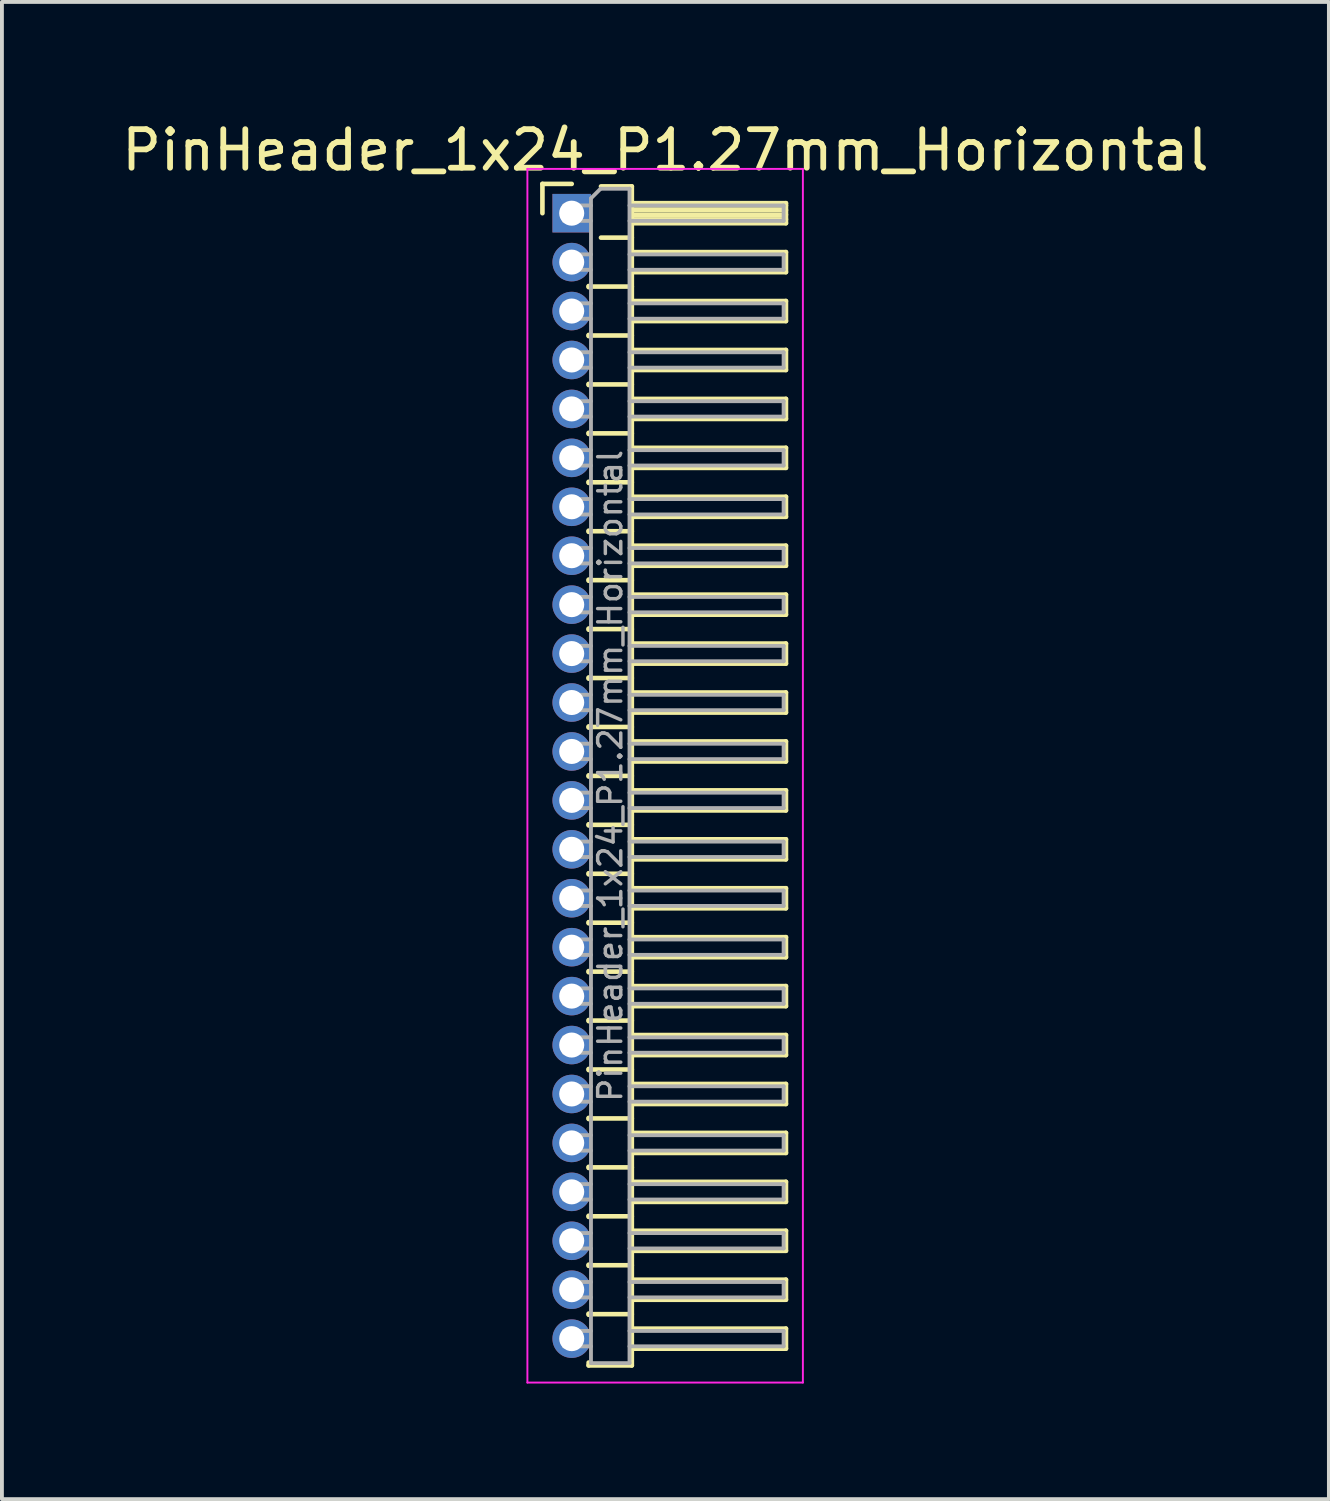
<source format=kicad_pcb>
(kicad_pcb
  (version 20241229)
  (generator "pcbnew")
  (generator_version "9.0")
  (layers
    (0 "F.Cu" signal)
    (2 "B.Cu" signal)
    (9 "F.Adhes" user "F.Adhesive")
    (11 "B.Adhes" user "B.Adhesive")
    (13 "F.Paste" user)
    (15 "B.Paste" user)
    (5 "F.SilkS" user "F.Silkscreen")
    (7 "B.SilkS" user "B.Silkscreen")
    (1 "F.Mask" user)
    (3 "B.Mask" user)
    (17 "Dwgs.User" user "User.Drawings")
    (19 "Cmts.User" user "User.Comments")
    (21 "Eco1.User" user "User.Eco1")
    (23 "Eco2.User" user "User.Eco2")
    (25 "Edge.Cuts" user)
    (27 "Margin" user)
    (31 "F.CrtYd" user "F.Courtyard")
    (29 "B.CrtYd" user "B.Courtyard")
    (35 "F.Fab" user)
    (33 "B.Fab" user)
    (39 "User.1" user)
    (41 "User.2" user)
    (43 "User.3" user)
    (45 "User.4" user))
  (footprint "PinHeader_1x24_P1.27mm_Horizontal"
    (layer "F.Cu")
    (at 11.788 2.483)
    (property "Reference" "PinHeader_1x24_P1.27mm_Horizontal" (at 2.433 -1.635 0) (layer "F.SilkS") (effects (font (size 1 1) (thickness 0.15))))
    (attr through_hole)
    (fp_line (start -0.76 -0.76) (end 0 -0.76) (stroke (width 0.12) (type solid)) (layer "F.SilkS"))
    (fp_line (start -0.76 0) (end -0.76 -0.76) (stroke (width 0.12) (type solid)) (layer "F.SilkS"))
    (fp_line (start 0.44 1.89) (end 0.44 1.92) (stroke (width 0.12) (type solid)) (layer "F.SilkS"))
    (fp_line (start 0.44 1.905) (end 1.56 1.905) (stroke (width 0.12) (type solid)) (layer "F.SilkS"))
    (fp_line (start 0.44 3.16) (end 0.44 3.19) (stroke (width 0.12) (type solid)) (layer "F.SilkS"))
    (fp_line (start 0.44 3.175) (end 1.56 3.175) (stroke (width 0.12) (type solid)) (layer "F.SilkS"))
    (fp_line (start 0.44 4.43) (end 0.44 4.46) (stroke (width 0.12) (type solid)) (layer "F.SilkS"))
    (fp_line (start 0.44 4.445) (end 1.56 4.445) (stroke (width 0.12) (type solid)) (layer "F.SilkS"))
    (fp_line (start 0.44 5.7) (end 0.44 5.73) (stroke (width 0.12) (type solid)) (layer "F.SilkS"))
    (fp_line (start 0.44 5.715) (end 1.56 5.715) (stroke (width 0.12) (type solid)) (layer "F.SilkS"))
    (fp_line (start 0.44 6.97) (end 0.44 7) (stroke (width 0.12) (type solid)) (layer "F.SilkS"))
    (fp_line (start 0.44 6.985) (end 1.56 6.985) (stroke (width 0.12) (type solid)) (layer "F.SilkS"))
    (fp_line (start 0.44 8.24) (end 0.44 8.27) (stroke (width 0.12) (type solid)) (layer "F.SilkS"))
    (fp_line (start 0.44 8.255) (end 1.56 8.255) (stroke (width 0.12) (type solid)) (layer "F.SilkS"))
    (fp_line (start 0.44 9.51) (end 0.44 9.54) (stroke (width 0.12) (type solid)) (layer "F.SilkS"))
    (fp_line (start 0.44 9.525) (end 1.56 9.525) (stroke (width 0.12) (type solid)) (layer "F.SilkS"))
    (fp_line (start 0.44 10.78) (end 0.44 10.81) (stroke (width 0.12) (type solid)) (layer "F.SilkS"))
    (fp_line (start 0.44 10.795) (end 1.56 10.795) (stroke (width 0.12) (type solid)) (layer "F.SilkS"))
    (fp_line (start 0.44 12.05) (end 0.44 12.08) (stroke (width 0.12) (type solid)) (layer "F.SilkS"))
    (fp_line (start 0.44 12.065) (end 1.56 12.065) (stroke (width 0.12) (type solid)) (layer "F.SilkS"))
    (fp_line (start 0.44 13.32) (end 0.44 13.35) (stroke (width 0.12) (type solid)) (layer "F.SilkS"))
    (fp_line (start 0.44 13.335) (end 1.56 13.335) (stroke (width 0.12) (type solid)) (layer "F.SilkS"))
    (fp_line (start 0.44 14.59) (end 0.44 14.62) (stroke (width 0.12) (type solid)) (layer "F.SilkS"))
    (fp_line (start 0.44 14.605) (end 1.56 14.605) (stroke (width 0.12) (type solid)) (layer "F.SilkS"))
    (fp_line (start 0.44 15.86) (end 0.44 15.89) (stroke (width 0.12) (type solid)) (layer "F.SilkS"))
    (fp_line (start 0.44 15.875) (end 1.56 15.875) (stroke (width 0.12) (type solid)) (layer "F.SilkS"))
    (fp_line (start 0.44 17.13) (end 0.44 17.16) (stroke (width 0.12) (type solid)) (layer "F.SilkS"))
    (fp_line (start 0.44 17.145) (end 1.56 17.145) (stroke (width 0.12) (type solid)) (layer "F.SilkS"))
    (fp_line (start 0.44 18.4) (end 0.44 18.43) (stroke (width 0.12) (type solid)) (layer "F.SilkS"))
    (fp_line (start 0.44 18.415) (end 1.56 18.415) (stroke (width 0.12) (type solid)) (layer "F.SilkS"))
    (fp_line (start 0.44 19.67) (end 0.44 19.7) (stroke (width 0.12) (type solid)) (layer "F.SilkS"))
    (fp_line (start 0.44 19.685) (end 1.56 19.685) (stroke (width 0.12) (type solid)) (layer "F.SilkS"))
    (fp_line (start 0.44 20.94) (end 0.44 20.97) (stroke (width 0.12) (type solid)) (layer "F.SilkS"))
    (fp_line (start 0.44 20.955) (end 1.56 20.955) (stroke (width 0.12) (type solid)) (layer "F.SilkS"))
    (fp_line (start 0.44 22.21) (end 0.44 22.24) (stroke (width 0.12) (type solid)) (layer "F.SilkS"))
    (fp_line (start 0.44 22.225) (end 1.56 22.225) (stroke (width 0.12) (type solid)) (layer "F.SilkS"))
    (fp_line (start 0.44 23.48) (end 0.44 23.51) (stroke (width 0.12) (type solid)) (layer "F.SilkS"))
    (fp_line (start 0.44 23.495) (end 1.56 23.495) (stroke (width 0.12) (type solid)) (layer "F.SilkS"))
    (fp_line (start 0.44 24.75) (end 0.44 24.78) (stroke (width 0.12) (type solid)) (layer "F.SilkS"))
    (fp_line (start 0.44 24.765) (end 1.56 24.765) (stroke (width 0.12) (type solid)) (layer "F.SilkS"))
    (fp_line (start 0.44 26.02) (end 0.44 26.05) (stroke (width 0.12) (type solid)) (layer "F.SilkS"))
    (fp_line (start 0.44 26.035) (end 1.56 26.035) (stroke (width 0.12) (type solid)) (layer "F.SilkS"))
    (fp_line (start 0.44 27.29) (end 0.44 27.32) (stroke (width 0.12) (type solid)) (layer "F.SilkS"))
    (fp_line (start 0.44 27.305) (end 1.56 27.305) (stroke (width 0.12) (type solid)) (layer "F.SilkS"))
    (fp_line (start 0.44 28.56) (end 0.44 28.59) (stroke (width 0.12) (type solid)) (layer "F.SilkS"))
    (fp_line (start 0.44 28.575) (end 1.56 28.575) (stroke (width 0.12) (type solid)) (layer "F.SilkS"))
    (fp_line (start 0.44 29.905) (end 0.44 29.83) (stroke (width 0.12) (type solid)) (layer "F.SilkS"))
    (fp_line (start 0.76 -0.695) (end 1.56 -0.695) (stroke (width 0.12) (type solid)) (layer "F.SilkS"))
    (fp_line (start 0.76 0.635) (end 1.56 0.635) (stroke (width 0.12) (type solid)) (layer "F.SilkS"))
    (fp_line (start 1.56 -0.695) (end 1.56 29.905) (stroke (width 0.12) (type solid)) (layer "F.SilkS"))
    (fp_line (start 1.56 -0.26) (end 5.56 -0.26) (stroke (width 0.12) (type solid)) (layer "F.SilkS"))
    (fp_line (start 1.56 -0.2) (end 5.56 -0.2) (stroke (width 0.12) (type solid)) (layer "F.SilkS"))
    (fp_line (start 1.56 -0.08) (end 5.56 -0.08) (stroke (width 0.12) (type solid)) (layer "F.SilkS"))
    (fp_line (start 1.56 0.04) (end 5.56 0.04) (stroke (width 0.12) (type solid)) (layer "F.SilkS"))
    (fp_line (start 1.56 0.16) (end 5.56 0.16) (stroke (width 0.12) (type solid)) (layer "F.SilkS"))
    (fp_line (start 1.56 1.01) (end 5.56 1.01) (stroke (width 0.12) (type solid)) (layer "F.SilkS"))
    (fp_line (start 1.56 2.28) (end 5.56 2.28) (stroke (width 0.12) (type solid)) (layer "F.SilkS"))
    (fp_line (start 1.56 3.55) (end 5.56 3.55) (stroke (width 0.12) (type solid)) (layer "F.SilkS"))
    (fp_line (start 1.56 4.82) (end 5.56 4.82) (stroke (width 0.12) (type solid)) (layer "F.SilkS"))
    (fp_line (start 1.56 6.09) (end 5.56 6.09) (stroke (width 0.12) (type solid)) (layer "F.SilkS"))
    (fp_line (start 1.56 7.36) (end 5.56 7.36) (stroke (width 0.12) (type solid)) (layer "F.SilkS"))
    (fp_line (start 1.56 8.63) (end 5.56 8.63) (stroke (width 0.12) (type solid)) (layer "F.SilkS"))
    (fp_line (start 1.56 9.9) (end 5.56 9.9) (stroke (width 0.12) (type solid)) (layer "F.SilkS"))
    (fp_line (start 1.56 11.17) (end 5.56 11.17) (stroke (width 0.12) (type solid)) (layer "F.SilkS"))
    (fp_line (start 1.56 12.44) (end 5.56 12.44) (stroke (width 0.12) (type solid)) (layer "F.SilkS"))
    (fp_line (start 1.56 13.71) (end 5.56 13.71) (stroke (width 0.12) (type solid)) (layer "F.SilkS"))
    (fp_line (start 1.56 14.98) (end 5.56 14.98) (stroke (width 0.12) (type solid)) (layer "F.SilkS"))
    (fp_line (start 1.56 16.25) (end 5.56 16.25) (stroke (width 0.12) (type solid)) (layer "F.SilkS"))
    (fp_line (start 1.56 17.52) (end 5.56 17.52) (stroke (width 0.12) (type solid)) (layer "F.SilkS"))
    (fp_line (start 1.56 18.79) (end 5.56 18.79) (stroke (width 0.12) (type solid)) (layer "F.SilkS"))
    (fp_line (start 1.56 20.06) (end 5.56 20.06) (stroke (width 0.12) (type solid)) (layer "F.SilkS"))
    (fp_line (start 1.56 21.33) (end 5.56 21.33) (stroke (width 0.12) (type solid)) (layer "F.SilkS"))
    (fp_line (start 1.56 22.6) (end 5.56 22.6) (stroke (width 0.12) (type solid)) (layer "F.SilkS"))
    (fp_line (start 1.56 23.87) (end 5.56 23.87) (stroke (width 0.12) (type solid)) (layer "F.SilkS"))
    (fp_line (start 1.56 25.14) (end 5.56 25.14) (stroke (width 0.12) (type solid)) (layer "F.SilkS"))
    (fp_line (start 1.56 26.41) (end 5.56 26.41) (stroke (width 0.12) (type solid)) (layer "F.SilkS"))
    (fp_line (start 1.56 27.68) (end 5.56 27.68) (stroke (width 0.12) (type solid)) (layer "F.SilkS"))
    (fp_line (start 1.56 28.95) (end 5.56 28.95) (stroke (width 0.12) (type solid)) (layer "F.SilkS"))
    (fp_line (start 1.56 29.905) (end 0.44 29.905) (stroke (width 0.12) (type solid)) (layer "F.SilkS"))
    (fp_line (start 5.56 -0.26) (end 5.56 0.26) (stroke (width 0.12) (type solid)) (layer "F.SilkS"))
    (fp_line (start 5.56 0.26) (end 1.56 0.26) (stroke (width 0.12) (type solid)) (layer "F.SilkS"))
    (fp_line (start 5.56 1.01) (end 5.56 1.53) (stroke (width 0.12) (type solid)) (layer "F.SilkS"))
    (fp_line (start 5.56 1.53) (end 1.56 1.53) (stroke (width 0.12) (type solid)) (layer "F.SilkS"))
    (fp_line (start 5.56 2.28) (end 5.56 2.8) (stroke (width 0.12) (type solid)) (layer "F.SilkS"))
    (fp_line (start 5.56 2.8) (end 1.56 2.8) (stroke (width 0.12) (type solid)) (layer "F.SilkS"))
    (fp_line (start 5.56 3.55) (end 5.56 4.07) (stroke (width 0.12) (type solid)) (layer "F.SilkS"))
    (fp_line (start 5.56 4.07) (end 1.56 4.07) (stroke (width 0.12) (type solid)) (layer "F.SilkS"))
    (fp_line (start 5.56 4.82) (end 5.56 5.34) (stroke (width 0.12) (type solid)) (layer "F.SilkS"))
    (fp_line (start 5.56 5.34) (end 1.56 5.34) (stroke (width 0.12) (type solid)) (layer "F.SilkS"))
    (fp_line (start 5.56 6.09) (end 5.56 6.61) (stroke (width 0.12) (type solid)) (layer "F.SilkS"))
    (fp_line (start 5.56 6.61) (end 1.56 6.61) (stroke (width 0.12) (type solid)) (layer "F.SilkS"))
    (fp_line (start 5.56 7.36) (end 5.56 7.88) (stroke (width 0.12) (type solid)) (layer "F.SilkS"))
    (fp_line (start 5.56 7.88) (end 1.56 7.88) (stroke (width 0.12) (type solid)) (layer "F.SilkS"))
    (fp_line (start 5.56 8.63) (end 5.56 9.15) (stroke (width 0.12) (type solid)) (layer "F.SilkS"))
    (fp_line (start 5.56 9.15) (end 1.56 9.15) (stroke (width 0.12) (type solid)) (layer "F.SilkS"))
    (fp_line (start 5.56 9.9) (end 5.56 10.42) (stroke (width 0.12) (type solid)) (layer "F.SilkS"))
    (fp_line (start 5.56 10.42) (end 1.56 10.42) (stroke (width 0.12) (type solid)) (layer "F.SilkS"))
    (fp_line (start 5.56 11.17) (end 5.56 11.69) (stroke (width 0.12) (type solid)) (layer "F.SilkS"))
    (fp_line (start 5.56 11.69) (end 1.56 11.69) (stroke (width 0.12) (type solid)) (layer "F.SilkS"))
    (fp_line (start 5.56 12.44) (end 5.56 12.96) (stroke (width 0.12) (type solid)) (layer "F.SilkS"))
    (fp_line (start 5.56 12.96) (end 1.56 12.96) (stroke (width 0.12) (type solid)) (layer "F.SilkS"))
    (fp_line (start 5.56 13.71) (end 5.56 14.23) (stroke (width 0.12) (type solid)) (layer "F.SilkS"))
    (fp_line (start 5.56 14.23) (end 1.56 14.23) (stroke (width 0.12) (type solid)) (layer "F.SilkS"))
    (fp_line (start 5.56 14.98) (end 5.56 15.5) (stroke (width 0.12) (type solid)) (layer "F.SilkS"))
    (fp_line (start 5.56 15.5) (end 1.56 15.5) (stroke (width 0.12) (type solid)) (layer "F.SilkS"))
    (fp_line (start 5.56 16.25) (end 5.56 16.77) (stroke (width 0.12) (type solid)) (layer "F.SilkS"))
    (fp_line (start 5.56 16.77) (end 1.56 16.77) (stroke (width 0.12) (type solid)) (layer "F.SilkS"))
    (fp_line (start 5.56 17.52) (end 5.56 18.04) (stroke (width 0.12) (type solid)) (layer "F.SilkS"))
    (fp_line (start 5.56 18.04) (end 1.56 18.04) (stroke (width 0.12) (type solid)) (layer "F.SilkS"))
    (fp_line (start 5.56 18.79) (end 5.56 19.31) (stroke (width 0.12) (type solid)) (layer "F.SilkS"))
    (fp_line (start 5.56 19.31) (end 1.56 19.31) (stroke (width 0.12) (type solid)) (layer "F.SilkS"))
    (fp_line (start 5.56 20.06) (end 5.56 20.58) (stroke (width 0.12) (type solid)) (layer "F.SilkS"))
    (fp_line (start 5.56 20.58) (end 1.56 20.58) (stroke (width 0.12) (type solid)) (layer "F.SilkS"))
    (fp_line (start 5.56 21.33) (end 5.56 21.85) (stroke (width 0.12) (type solid)) (layer "F.SilkS"))
    (fp_line (start 5.56 21.85) (end 1.56 21.85) (stroke (width 0.12) (type solid)) (layer "F.SilkS"))
    (fp_line (start 5.56 22.6) (end 5.56 23.12) (stroke (width 0.12) (type solid)) (layer "F.SilkS"))
    (fp_line (start 5.56 23.12) (end 1.56 23.12) (stroke (width 0.12) (type solid)) (layer "F.SilkS"))
    (fp_line (start 5.56 23.87) (end 5.56 24.39) (stroke (width 0.12) (type solid)) (layer "F.SilkS"))
    (fp_line (start 5.56 24.39) (end 1.56 24.39) (stroke (width 0.12) (type solid)) (layer "F.SilkS"))
    (fp_line (start 5.56 25.14) (end 5.56 25.66) (stroke (width 0.12) (type solid)) (layer "F.SilkS"))
    (fp_line (start 5.56 25.66) (end 1.56 25.66) (stroke (width 0.12) (type solid)) (layer "F.SilkS"))
    (fp_line (start 5.56 26.41) (end 5.56 26.93) (stroke (width 0.12) (type solid)) (layer "F.SilkS"))
    (fp_line (start 5.56 26.93) (end 1.56 26.93) (stroke (width 0.12) (type solid)) (layer "F.SilkS"))
    (fp_line (start 5.56 27.68) (end 5.56 28.2) (stroke (width 0.12) (type solid)) (layer "F.SilkS"))
    (fp_line (start 5.56 28.2) (end 1.56 28.2) (stroke (width 0.12) (type solid)) (layer "F.SilkS"))
    (fp_line (start 5.56 28.95) (end 5.56 29.47) (stroke (width 0.12) (type solid)) (layer "F.SilkS"))
    (fp_line (start 5.56 29.47) (end 1.56 29.47) (stroke (width 0.12) (type solid)) (layer "F.SilkS"))
    (fp_line (start -1.15 -1.15) (end -1.15 30.35) (stroke (width 0.05) (type solid)) (layer "F.CrtYd"))
    (fp_line (start -1.15 30.35) (end 6 30.35) (stroke (width 0.05) (type solid)) (layer "F.CrtYd"))
    (fp_line (start 6 -1.15) (end -1.15 -1.15) (stroke (width 0.05) (type solid)) (layer "F.CrtYd"))
    (fp_line (start 6 30.35) (end 6 -1.15) (stroke (width 0.05) (type solid)) (layer "F.CrtYd"))
    (fp_line (start -0.2 -0.2) (end -0.2 0.2) (stroke (width 0.1) (type solid)) (layer "F.Fab"))
    (fp_line (start -0.2 -0.2) (end 0.5 -0.2) (stroke (width 0.1) (type solid)) (layer "F.Fab"))
    (fp_line (start -0.2 0.2) (end 0.5 0.2) (stroke (width 0.1) (type solid)) (layer "F.Fab"))
    (fp_line (start -0.2 1.07) (end -0.2 1.47) (stroke (width 0.1) (type solid)) (layer "F.Fab"))
    (fp_line (start -0.2 1.07) (end 0.5 1.07) (stroke (width 0.1) (type solid)) (layer "F.Fab"))
    (fp_line (start -0.2 1.47) (end 0.5 1.47) (stroke (width 0.1) (type solid)) (layer "F.Fab"))
    (fp_line (start -0.2 2.34) (end -0.2 2.74) (stroke (width 0.1) (type solid)) (layer "F.Fab"))
    (fp_line (start -0.2 2.34) (end 0.5 2.34) (stroke (width 0.1) (type solid)) (layer "F.Fab"))
    (fp_line (start -0.2 2.74) (end 0.5 2.74) (stroke (width 0.1) (type solid)) (layer "F.Fab"))
    (fp_line (start -0.2 3.61) (end -0.2 4.01) (stroke (width 0.1) (type solid)) (layer "F.Fab"))
    (fp_line (start -0.2 3.61) (end 0.5 3.61) (stroke (width 0.1) (type solid)) (layer "F.Fab"))
    (fp_line (start -0.2 4.01) (end 0.5 4.01) (stroke (width 0.1) (type solid)) (layer "F.Fab"))
    (fp_line (start -0.2 4.88) (end -0.2 5.28) (stroke (width 0.1) (type solid)) (layer "F.Fab"))
    (fp_line (start -0.2 4.88) (end 0.5 4.88) (stroke (width 0.1) (type solid)) (layer "F.Fab"))
    (fp_line (start -0.2 5.28) (end 0.5 5.28) (stroke (width 0.1) (type solid)) (layer "F.Fab"))
    (fp_line (start -0.2 6.15) (end -0.2 6.55) (stroke (width 0.1) (type solid)) (layer "F.Fab"))
    (fp_line (start -0.2 6.15) (end 0.5 6.15) (stroke (width 0.1) (type solid)) (layer "F.Fab"))
    (fp_line (start -0.2 6.55) (end 0.5 6.55) (stroke (width 0.1) (type solid)) (layer "F.Fab"))
    (fp_line (start -0.2 7.42) (end -0.2 7.82) (stroke (width 0.1) (type solid)) (layer "F.Fab"))
    (fp_line (start -0.2 7.42) (end 0.5 7.42) (stroke (width 0.1) (type solid)) (layer "F.Fab"))
    (fp_line (start -0.2 7.82) (end 0.5 7.82) (stroke (width 0.1) (type solid)) (layer "F.Fab"))
    (fp_line (start -0.2 8.69) (end -0.2 9.09) (stroke (width 0.1) (type solid)) (layer "F.Fab"))
    (fp_line (start -0.2 8.69) (end 0.5 8.69) (stroke (width 0.1) (type solid)) (layer "F.Fab"))
    (fp_line (start -0.2 9.09) (end 0.5 9.09) (stroke (width 0.1) (type solid)) (layer "F.Fab"))
    (fp_line (start -0.2 9.96) (end -0.2 10.36) (stroke (width 0.1) (type solid)) (layer "F.Fab"))
    (fp_line (start -0.2 9.96) (end 0.5 9.96) (stroke (width 0.1) (type solid)) (layer "F.Fab"))
    (fp_line (start -0.2 10.36) (end 0.5 10.36) (stroke (width 0.1) (type solid)) (layer "F.Fab"))
    (fp_line (start -0.2 11.23) (end -0.2 11.63) (stroke (width 0.1) (type solid)) (layer "F.Fab"))
    (fp_line (start -0.2 11.23) (end 0.5 11.23) (stroke (width 0.1) (type solid)) (layer "F.Fab"))
    (fp_line (start -0.2 11.63) (end 0.5 11.63) (stroke (width 0.1) (type solid)) (layer "F.Fab"))
    (fp_line (start -0.2 12.5) (end -0.2 12.9) (stroke (width 0.1) (type solid)) (layer "F.Fab"))
    (fp_line (start -0.2 12.5) (end 0.5 12.5) (stroke (width 0.1) (type solid)) (layer "F.Fab"))
    (fp_line (start -0.2 12.9) (end 0.5 12.9) (stroke (width 0.1) (type solid)) (layer "F.Fab"))
    (fp_line (start -0.2 13.77) (end -0.2 14.17) (stroke (width 0.1) (type solid)) (layer "F.Fab"))
    (fp_line (start -0.2 13.77) (end 0.5 13.77) (stroke (width 0.1) (type solid)) (layer "F.Fab"))
    (fp_line (start -0.2 14.17) (end 0.5 14.17) (stroke (width 0.1) (type solid)) (layer "F.Fab"))
    (fp_line (start -0.2 15.04) (end -0.2 15.44) (stroke (width 0.1) (type solid)) (layer "F.Fab"))
    (fp_line (start -0.2 15.04) (end 0.5 15.04) (stroke (width 0.1) (type solid)) (layer "F.Fab"))
    (fp_line (start -0.2 15.44) (end 0.5 15.44) (stroke (width 0.1) (type solid)) (layer "F.Fab"))
    (fp_line (start -0.2 16.31) (end -0.2 16.71) (stroke (width 0.1) (type solid)) (layer "F.Fab"))
    (fp_line (start -0.2 16.31) (end 0.5 16.31) (stroke (width 0.1) (type solid)) (layer "F.Fab"))
    (fp_line (start -0.2 16.71) (end 0.5 16.71) (stroke (width 0.1) (type solid)) (layer "F.Fab"))
    (fp_line (start -0.2 17.58) (end -0.2 17.98) (stroke (width 0.1) (type solid)) (layer "F.Fab"))
    (fp_line (start -0.2 17.58) (end 0.5 17.58) (stroke (width 0.1) (type solid)) (layer "F.Fab"))
    (fp_line (start -0.2 17.98) (end 0.5 17.98) (stroke (width 0.1) (type solid)) (layer "F.Fab"))
    (fp_line (start -0.2 18.85) (end -0.2 19.25) (stroke (width 0.1) (type solid)) (layer "F.Fab"))
    (fp_line (start -0.2 18.85) (end 0.5 18.85) (stroke (width 0.1) (type solid)) (layer "F.Fab"))
    (fp_line (start -0.2 19.25) (end 0.5 19.25) (stroke (width 0.1) (type solid)) (layer "F.Fab"))
    (fp_line (start -0.2 20.12) (end -0.2 20.52) (stroke (width 0.1) (type solid)) (layer "F.Fab"))
    (fp_line (start -0.2 20.12) (end 0.5 20.12) (stroke (width 0.1) (type solid)) (layer "F.Fab"))
    (fp_line (start -0.2 20.52) (end 0.5 20.52) (stroke (width 0.1) (type solid)) (layer "F.Fab"))
    (fp_line (start -0.2 21.39) (end -0.2 21.79) (stroke (width 0.1) (type solid)) (layer "F.Fab"))
    (fp_line (start -0.2 21.39) (end 0.5 21.39) (stroke (width 0.1) (type solid)) (layer "F.Fab"))
    (fp_line (start -0.2 21.79) (end 0.5 21.79) (stroke (width 0.1) (type solid)) (layer "F.Fab"))
    (fp_line (start -0.2 22.66) (end -0.2 23.06) (stroke (width 0.1) (type solid)) (layer "F.Fab"))
    (fp_line (start -0.2 22.66) (end 0.5 22.66) (stroke (width 0.1) (type solid)) (layer "F.Fab"))
    (fp_line (start -0.2 23.06) (end 0.5 23.06) (stroke (width 0.1) (type solid)) (layer "F.Fab"))
    (fp_line (start -0.2 23.93) (end -0.2 24.33) (stroke (width 0.1) (type solid)) (layer "F.Fab"))
    (fp_line (start -0.2 23.93) (end 0.5 23.93) (stroke (width 0.1) (type solid)) (layer "F.Fab"))
    (fp_line (start -0.2 24.33) (end 0.5 24.33) (stroke (width 0.1) (type solid)) (layer "F.Fab"))
    (fp_line (start -0.2 25.2) (end -0.2 25.6) (stroke (width 0.1) (type solid)) (layer "F.Fab"))
    (fp_line (start -0.2 25.2) (end 0.5 25.2) (stroke (width 0.1) (type solid)) (layer "F.Fab"))
    (fp_line (start -0.2 25.6) (end 0.5 25.6) (stroke (width 0.1) (type solid)) (layer "F.Fab"))
    (fp_line (start -0.2 26.47) (end -0.2 26.87) (stroke (width 0.1) (type solid)) (layer "F.Fab"))
    (fp_line (start -0.2 26.47) (end 0.5 26.47) (stroke (width 0.1) (type solid)) (layer "F.Fab"))
    (fp_line (start -0.2 26.87) (end 0.5 26.87) (stroke (width 0.1) (type solid)) (layer "F.Fab"))
    (fp_line (start -0.2 27.74) (end -0.2 28.14) (stroke (width 0.1) (type solid)) (layer "F.Fab"))
    (fp_line (start -0.2 27.74) (end 0.5 27.74) (stroke (width 0.1) (type solid)) (layer "F.Fab"))
    (fp_line (start -0.2 28.14) (end 0.5 28.14) (stroke (width 0.1) (type solid)) (layer "F.Fab"))
    (fp_line (start -0.2 29.01) (end -0.2 29.41) (stroke (width 0.1) (type solid)) (layer "F.Fab"))
    (fp_line (start -0.2 29.01) (end 0.5 29.01) (stroke (width 0.1) (type solid)) (layer "F.Fab"))
    (fp_line (start -0.2 29.41) (end 0.5 29.41) (stroke (width 0.1) (type solid)) (layer "F.Fab"))
    (fp_line (start 0.5 -0.385) (end 0.75 -0.635) (stroke (width 0.1) (type solid)) (layer "F.Fab"))
    (fp_line (start 0.5 29.845) (end 0.5 -0.385) (stroke (width 0.1) (type solid)) (layer "F.Fab"))
    (fp_line (start 0.75 -0.635) (end 1.5 -0.635) (stroke (width 0.1) (type solid)) (layer "F.Fab"))
    (fp_line (start 1.5 -0.635) (end 1.5 29.845) (stroke (width 0.1) (type solid)) (layer "F.Fab"))
    (fp_line (start 1.5 -0.2) (end 5.5 -0.2) (stroke (width 0.1) (type solid)) (layer "F.Fab"))
    (fp_line (start 1.5 0.2) (end 5.5 0.2) (stroke (width 0.1) (type solid)) (layer "F.Fab"))
    (fp_line (start 1.5 1.07) (end 5.5 1.07) (stroke (width 0.1) (type solid)) (layer "F.Fab"))
    (fp_line (start 1.5 1.47) (end 5.5 1.47) (stroke (width 0.1) (type solid)) (layer "F.Fab"))
    (fp_line (start 1.5 2.34) (end 5.5 2.34) (stroke (width 0.1) (type solid)) (layer "F.Fab"))
    (fp_line (start 1.5 2.74) (end 5.5 2.74) (stroke (width 0.1) (type solid)) (layer "F.Fab"))
    (fp_line (start 1.5 3.61) (end 5.5 3.61) (stroke (width 0.1) (type solid)) (layer "F.Fab"))
    (fp_line (start 1.5 4.01) (end 5.5 4.01) (stroke (width 0.1) (type solid)) (layer "F.Fab"))
    (fp_line (start 1.5 4.88) (end 5.5 4.88) (stroke (width 0.1) (type solid)) (layer "F.Fab"))
    (fp_line (start 1.5 5.28) (end 5.5 5.28) (stroke (width 0.1) (type solid)) (layer "F.Fab"))
    (fp_line (start 1.5 6.15) (end 5.5 6.15) (stroke (width 0.1) (type solid)) (layer "F.Fab"))
    (fp_line (start 1.5 6.55) (end 5.5 6.55) (stroke (width 0.1) (type solid)) (layer "F.Fab"))
    (fp_line (start 1.5 7.42) (end 5.5 7.42) (stroke (width 0.1) (type solid)) (layer "F.Fab"))
    (fp_line (start 1.5 7.82) (end 5.5 7.82) (stroke (width 0.1) (type solid)) (layer "F.Fab"))
    (fp_line (start 1.5 8.69) (end 5.5 8.69) (stroke (width 0.1) (type solid)) (layer "F.Fab"))
    (fp_line (start 1.5 9.09) (end 5.5 9.09) (stroke (width 0.1) (type solid)) (layer "F.Fab"))
    (fp_line (start 1.5 9.96) (end 5.5 9.96) (stroke (width 0.1) (type solid)) (layer "F.Fab"))
    (fp_line (start 1.5 10.36) (end 5.5 10.36) (stroke (width 0.1) (type solid)) (layer "F.Fab"))
    (fp_line (start 1.5 11.23) (end 5.5 11.23) (stroke (width 0.1) (type solid)) (layer "F.Fab"))
    (fp_line (start 1.5 11.63) (end 5.5 11.63) (stroke (width 0.1) (type solid)) (layer "F.Fab"))
    (fp_line (start 1.5 12.5) (end 5.5 12.5) (stroke (width 0.1) (type solid)) (layer "F.Fab"))
    (fp_line (start 1.5 12.9) (end 5.5 12.9) (stroke (width 0.1) (type solid)) (layer "F.Fab"))
    (fp_line (start 1.5 13.77) (end 5.5 13.77) (stroke (width 0.1) (type solid)) (layer "F.Fab"))
    (fp_line (start 1.5 14.17) (end 5.5 14.17) (stroke (width 0.1) (type solid)) (layer "F.Fab"))
    (fp_line (start 1.5 15.04) (end 5.5 15.04) (stroke (width 0.1) (type solid)) (layer "F.Fab"))
    (fp_line (start 1.5 15.44) (end 5.5 15.44) (stroke (width 0.1) (type solid)) (layer "F.Fab"))
    (fp_line (start 1.5 16.31) (end 5.5 16.31) (stroke (width 0.1) (type solid)) (layer "F.Fab"))
    (fp_line (start 1.5 16.71) (end 5.5 16.71) (stroke (width 0.1) (type solid)) (layer "F.Fab"))
    (fp_line (start 1.5 17.58) (end 5.5 17.58) (stroke (width 0.1) (type solid)) (layer "F.Fab"))
    (fp_line (start 1.5 17.98) (end 5.5 17.98) (stroke (width 0.1) (type solid)) (layer "F.Fab"))
    (fp_line (start 1.5 18.85) (end 5.5 18.85) (stroke (width 0.1) (type solid)) (layer "F.Fab"))
    (fp_line (start 1.5 19.25) (end 5.5 19.25) (stroke (width 0.1) (type solid)) (layer "F.Fab"))
    (fp_line (start 1.5 20.12) (end 5.5 20.12) (stroke (width 0.1) (type solid)) (layer "F.Fab"))
    (fp_line (start 1.5 20.52) (end 5.5 20.52) (stroke (width 0.1) (type solid)) (layer "F.Fab"))
    (fp_line (start 1.5 21.39) (end 5.5 21.39) (stroke (width 0.1) (type solid)) (layer "F.Fab"))
    (fp_line (start 1.5 21.79) (end 5.5 21.79) (stroke (width 0.1) (type solid)) (layer "F.Fab"))
    (fp_line (start 1.5 22.66) (end 5.5 22.66) (stroke (width 0.1) (type solid)) (layer "F.Fab"))
    (fp_line (start 1.5 23.06) (end 5.5 23.06) (stroke (width 0.1) (type solid)) (layer "F.Fab"))
    (fp_line (start 1.5 23.93) (end 5.5 23.93) (stroke (width 0.1) (type solid)) (layer "F.Fab"))
    (fp_line (start 1.5 24.33) (end 5.5 24.33) (stroke (width 0.1) (type solid)) (layer "F.Fab"))
    (fp_line (start 1.5 25.2) (end 5.5 25.2) (stroke (width 0.1) (type solid)) (layer "F.Fab"))
    (fp_line (start 1.5 25.6) (end 5.5 25.6) (stroke (width 0.1) (type solid)) (layer "F.Fab"))
    (fp_line (start 1.5 26.47) (end 5.5 26.47) (stroke (width 0.1) (type solid)) (layer "F.Fab"))
    (fp_line (start 1.5 26.87) (end 5.5 26.87) (stroke (width 0.1) (type solid)) (layer "F.Fab"))
    (fp_line (start 1.5 27.74) (end 5.5 27.74) (stroke (width 0.1) (type solid)) (layer "F.Fab"))
    (fp_line (start 1.5 28.14) (end 5.5 28.14) (stroke (width 0.1) (type solid)) (layer "F.Fab"))
    (fp_line (start 1.5 29.01) (end 5.5 29.01) (stroke (width 0.1) (type solid)) (layer "F.Fab"))
    (fp_line (start 1.5 29.41) (end 5.5 29.41) (stroke (width 0.1) (type solid)) (layer "F.Fab"))
    (fp_line (start 1.5 29.845) (end 0.5 29.845) (stroke (width 0.1) (type solid)) (layer "F.Fab"))
    (fp_line (start 5.5 -0.2) (end 5.5 0.2) (stroke (width 0.1) (type solid)) (layer "F.Fab"))
    (fp_line (start 5.5 1.07) (end 5.5 1.47) (stroke (width 0.1) (type solid)) (layer "F.Fab"))
    (fp_line (start 5.5 2.34) (end 5.5 2.74) (stroke (width 0.1) (type solid)) (layer "F.Fab"))
    (fp_line (start 5.5 3.61) (end 5.5 4.01) (stroke (width 0.1) (type solid)) (layer "F.Fab"))
    (fp_line (start 5.5 4.88) (end 5.5 5.28) (stroke (width 0.1) (type solid)) (layer "F.Fab"))
    (fp_line (start 5.5 6.15) (end 5.5 6.55) (stroke (width 0.1) (type solid)) (layer "F.Fab"))
    (fp_line (start 5.5 7.42) (end 5.5 7.82) (stroke (width 0.1) (type solid)) (layer "F.Fab"))
    (fp_line (start 5.5 8.69) (end 5.5 9.09) (stroke (width 0.1) (type solid)) (layer "F.Fab"))
    (fp_line (start 5.5 9.96) (end 5.5 10.36) (stroke (width 0.1) (type solid)) (layer "F.Fab"))
    (fp_line (start 5.5 11.23) (end 5.5 11.63) (stroke (width 0.1) (type solid)) (layer "F.Fab"))
    (fp_line (start 5.5 12.5) (end 5.5 12.9) (stroke (width 0.1) (type solid)) (layer "F.Fab"))
    (fp_line (start 5.5 13.77) (end 5.5 14.17) (stroke (width 0.1) (type solid)) (layer "F.Fab"))
    (fp_line (start 5.5 15.04) (end 5.5 15.44) (stroke (width 0.1) (type solid)) (layer "F.Fab"))
    (fp_line (start 5.5 16.31) (end 5.5 16.71) (stroke (width 0.1) (type solid)) (layer "F.Fab"))
    (fp_line (start 5.5 17.58) (end 5.5 17.98) (stroke (width 0.1) (type solid)) (layer "F.Fab"))
    (fp_line (start 5.5 18.85) (end 5.5 19.25) (stroke (width 0.1) (type solid)) (layer "F.Fab"))
    (fp_line (start 5.5 20.12) (end 5.5 20.52) (stroke (width 0.1) (type solid)) (layer "F.Fab"))
    (fp_line (start 5.5 21.39) (end 5.5 21.79) (stroke (width 0.1) (type solid)) (layer "F.Fab"))
    (fp_line (start 5.5 22.66) (end 5.5 23.06) (stroke (width 0.1) (type solid)) (layer "F.Fab"))
    (fp_line (start 5.5 23.93) (end 5.5 24.33) (stroke (width 0.1) (type solid)) (layer "F.Fab"))
    (fp_line (start 5.5 25.2) (end 5.5 25.6) (stroke (width 0.1) (type solid)) (layer "F.Fab"))
    (fp_line (start 5.5 26.47) (end 5.5 26.87) (stroke (width 0.1) (type solid)) (layer "F.Fab"))
    (fp_line (start 5.5 27.74) (end 5.5 28.14) (stroke (width 0.1) (type solid)) (layer "F.Fab"))
    (fp_line (start 5.5 29.01) (end 5.5 29.41) (stroke (width 0.1) (type solid)) (layer "F.Fab"))
    (fp_text user "${REFERENCE}" (at 1 14.605 90) (layer "F.Fab") (effects (font (size 0.6 0.6) (thickness 0.09))))
    (pad "1" thru_hole rect (at 0 0) (size 1 1) (drill 0.65) (layers "*.Cu" "*.Mask"))
    (pad "2" thru_hole oval (at 0 1.27) (size 1 1) (drill 0.65) (layers "*.Cu" "*.Mask"))
    (pad "3" thru_hole oval (at 0 2.54) (size 1 1) (drill 0.65) (layers "*.Cu" "*.Mask"))
    (pad "4" thru_hole oval (at 0 3.81) (size 1 1) (drill 0.65) (layers "*.Cu" "*.Mask"))
    (pad "5" thru_hole oval (at 0 5.08) (size 1 1) (drill 0.65) (layers "*.Cu" "*.Mask"))
    (pad "6" thru_hole oval (at 0 6.35) (size 1 1) (drill 0.65) (layers "*.Cu" "*.Mask"))
    (pad "7" thru_hole oval (at 0 7.62) (size 1 1) (drill 0.65) (layers "*.Cu" "*.Mask"))
    (pad "8" thru_hole oval (at 0 8.89) (size 1 1) (drill 0.65) (layers "*.Cu" "*.Mask"))
    (pad "9" thru_hole oval (at 0 10.16) (size 1 1) (drill 0.65) (layers "*.Cu" "*.Mask"))
    (pad "10" thru_hole oval (at 0 11.43) (size 1 1) (drill 0.65) (layers "*.Cu" "*.Mask"))
    (pad "11" thru_hole oval (at 0 12.7) (size 1 1) (drill 0.65) (layers "*.Cu" "*.Mask"))
    (pad "12" thru_hole oval (at 0 13.97) (size 1 1) (drill 0.65) (layers "*.Cu" "*.Mask"))
    (pad "13" thru_hole oval (at 0 15.24) (size 1 1) (drill 0.65) (layers "*.Cu" "*.Mask"))
    (pad "14" thru_hole oval (at 0 16.51) (size 1 1) (drill 0.65) (layers "*.Cu" "*.Mask"))
    (pad "15" thru_hole oval (at 0 17.78) (size 1 1) (drill 0.65) (layers "*.Cu" "*.Mask"))
    (pad "16" thru_hole oval (at 0 19.05) (size 1 1) (drill 0.65) (layers "*.Cu" "*.Mask"))
    (pad "17" thru_hole oval (at 0 20.32) (size 1 1) (drill 0.65) (layers "*.Cu" "*.Mask"))
    (pad "18" thru_hole oval (at 0 21.59) (size 1 1) (drill 0.65) (layers "*.Cu" "*.Mask"))
    (pad "19" thru_hole oval (at 0 22.86) (size 1 1) (drill 0.65) (layers "*.Cu" "*.Mask"))
    (pad "20" thru_hole oval (at 0 24.13) (size 1 1) (drill 0.65) (layers "*.Cu" "*.Mask"))
    (pad "21" thru_hole oval (at 0 25.4) (size 1 1) (drill 0.65) (layers "*.Cu" "*.Mask"))
    (pad "22" thru_hole oval (at 0 26.67) (size 1 1) (drill 0.65) (layers "*.Cu" "*.Mask"))
    (pad "23" thru_hole oval (at 0 27.94) (size 1 1) (drill 0.65) (layers "*.Cu" "*.Mask"))
    (pad "24" thru_hole oval (at 0 29.21) (size 1 1) (drill 0.65) (layers "*.Cu" "*.Mask")))
  (gr_rect
    (start -3 -3)
    (end 31.44 35.858)
    (stroke (width 0.1) (type default))
    (fill no)
    (layer "Edge.Cuts")))
</source>
